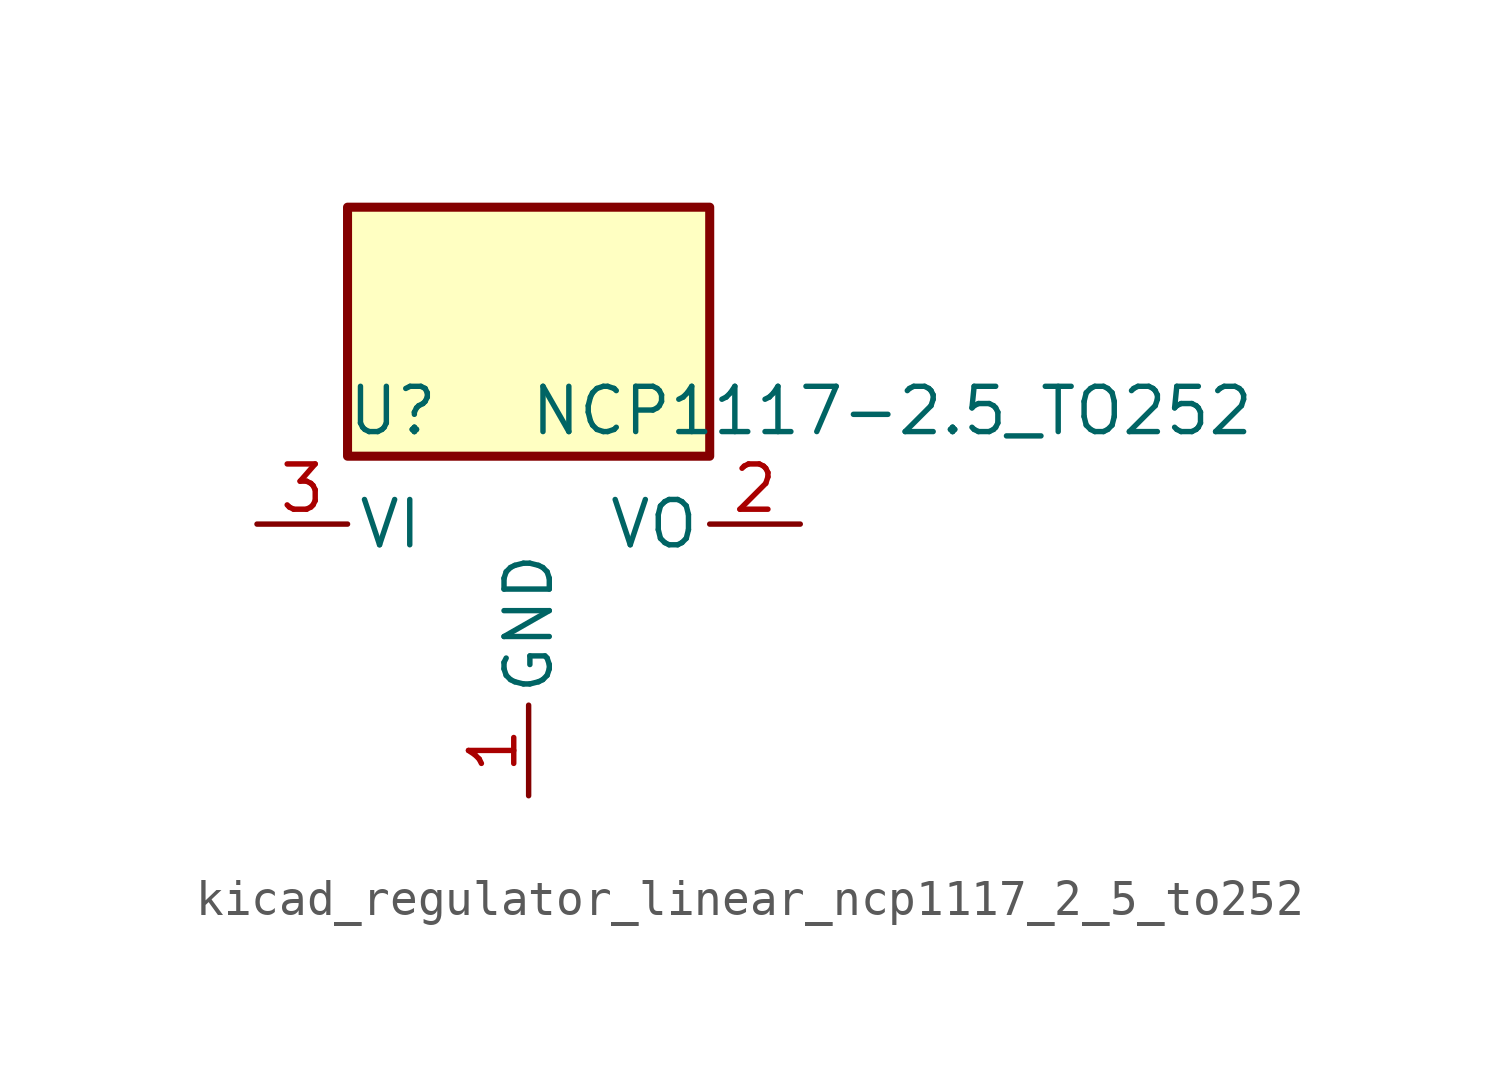
<source format=kicad_sym>
(kicad_symbol_lib
  (version 20220914)
  (generator kicad_symbol_editor)
  (symbol "kicad_regulator_linear_ncp1117_2_5_to252"
    (pin_names
      (offset 0.254))
    (property "Reference" "U"
      (at -3.81 3.175 0)
      (effects (font (size 1.27 1.27))))
    (property "Value" "NCP1117-2.5_TO252"
      (at 0 3.175 0)
      (effects (font (size 1.27 1.27)) (justify left)))
    (symbol "kicad_regulator_linear_ncp1117_2_5_to252_0_1"
      (rectangle (start 5.08 8.89) (end -5.08 1.905) (stroke (width 0.254) (type default)) (fill (type background))))
    (symbol "kicad_regulator_linear_ncp1117_2_5_to252_1_1"
      (pin power_in line (at 0 -7.62 90) (length 2.54) (name "GND" (effects (font (size 1.27 1.27)))) (number "1" (effects (font (size 1.27 1.27)))))
      (pin power_out line (at 7.62 0 180) (length 2.54) (name "VO" (effects (font (size 1.27 1.27)))) (number "2" (effects (font (size 1.27 1.27)))))
      (pin power_in line (at -7.62 0 0) (length 2.54) (name "VI" (effects (font (size 1.27 1.27)))) (number "3" (effects (font (size 1.27 1.27))))))))
</source>
